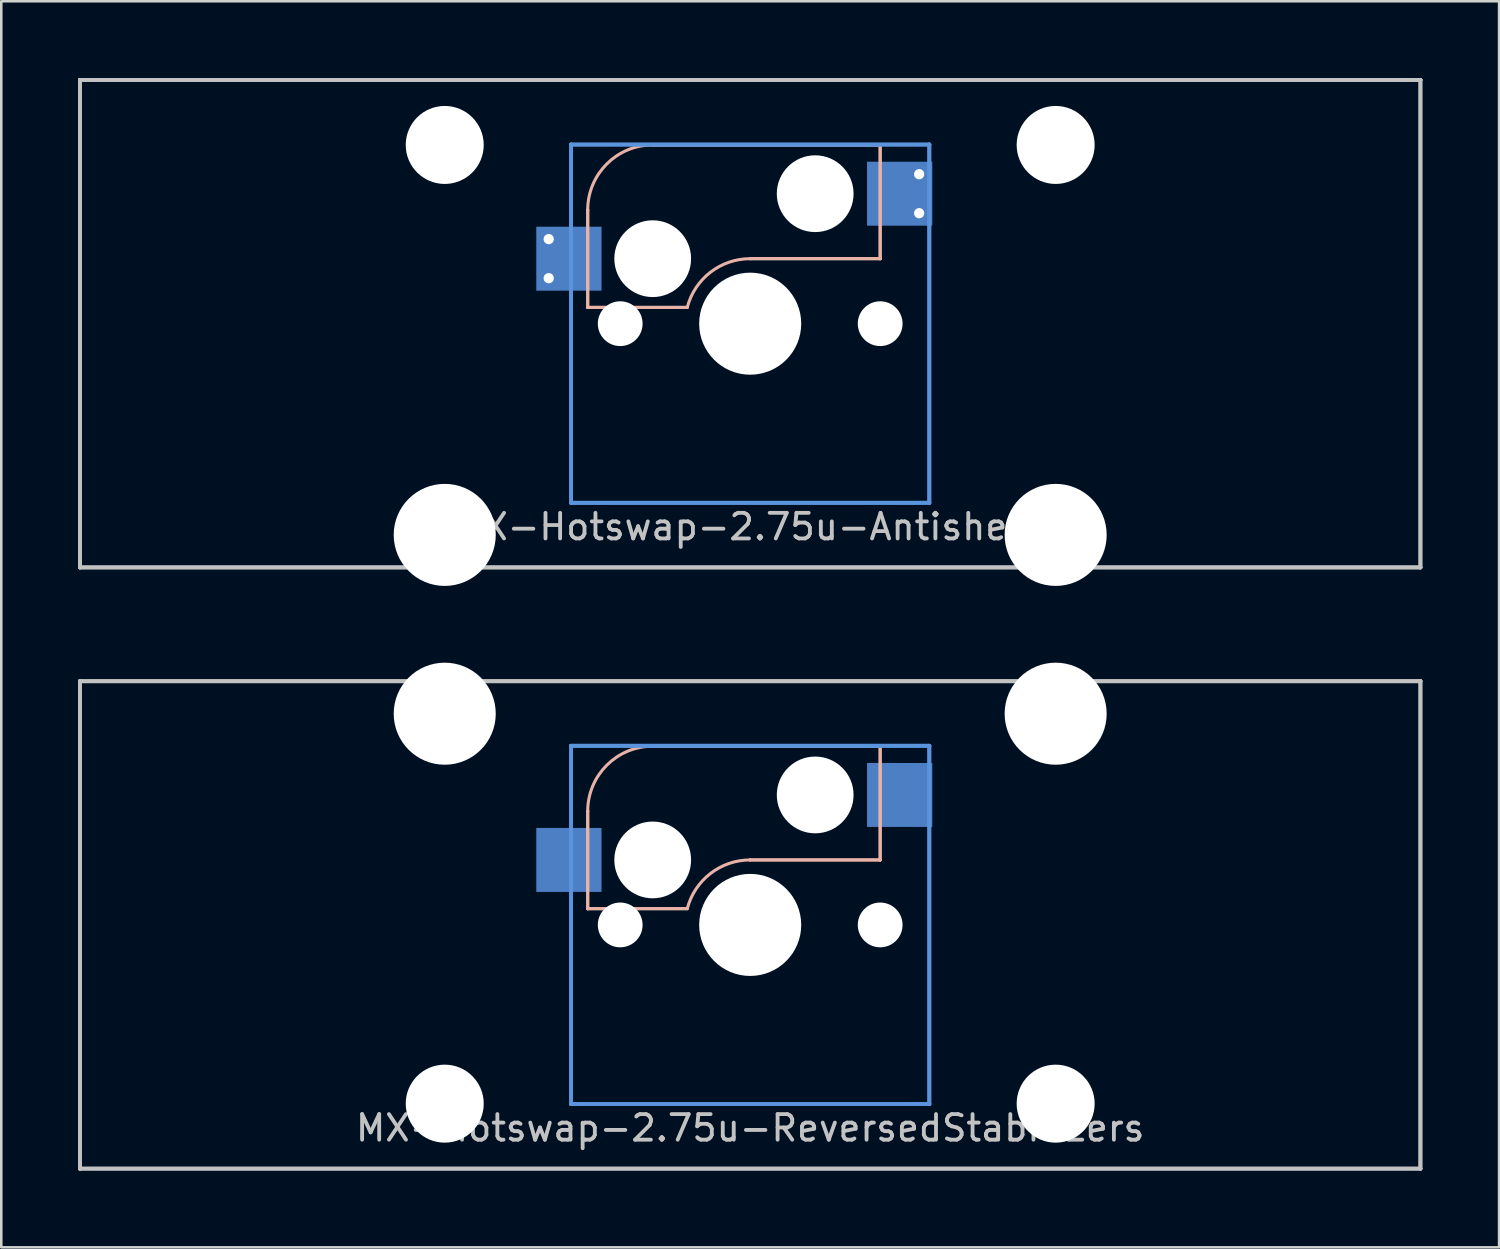
<source format=kicad_pcb>
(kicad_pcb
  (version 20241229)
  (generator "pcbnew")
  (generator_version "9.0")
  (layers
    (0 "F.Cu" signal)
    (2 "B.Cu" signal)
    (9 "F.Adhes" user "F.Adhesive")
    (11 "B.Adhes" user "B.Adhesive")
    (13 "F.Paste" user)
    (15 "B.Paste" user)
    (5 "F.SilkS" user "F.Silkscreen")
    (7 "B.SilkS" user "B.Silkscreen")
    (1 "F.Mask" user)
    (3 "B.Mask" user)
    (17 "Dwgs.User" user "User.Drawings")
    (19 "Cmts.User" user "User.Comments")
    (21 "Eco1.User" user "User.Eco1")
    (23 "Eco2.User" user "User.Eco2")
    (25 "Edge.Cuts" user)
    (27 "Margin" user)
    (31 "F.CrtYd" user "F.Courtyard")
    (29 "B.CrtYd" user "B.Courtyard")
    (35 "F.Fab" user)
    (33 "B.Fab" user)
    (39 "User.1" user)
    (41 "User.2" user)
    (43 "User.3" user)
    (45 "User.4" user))
  (footprint "MX-Hotswap-2.75u-ReversedStabilizers"
    (layer "F.Cu")
    (at 26.269 33.098)
    (property "Reference" "MX-Hotswap-2.75u-ReversedStabilizers" (at 0 7.938 0) (layer "Dwgs.User") (effects (font (size 1 1) (thickness 0.15))))
    (fp_line (start -6.35 -4.445) (end -6.35 -4.445) (stroke (width 0.12) (type solid)) (layer "B.SilkS"))
    (fp_line (start -6.35 -4.445) (end -6.35 -0.635) (stroke (width 0.12) (type solid)) (layer "B.SilkS"))
    (fp_line (start -6.35 -0.635) (end -6.35 -4.445) (stroke (width 0.12) (type solid)) (layer "B.SilkS"))
    (fp_line (start -6.35 -0.635) (end -6.35 -0.635) (stroke (width 0.12) (type solid)) (layer "B.SilkS"))
    (fp_line (start -6.35 -0.635) (end -6.35 -0.635) (stroke (width 0.12) (type solid)) (layer "B.SilkS"))
    (fp_line (start -6.35 -0.635) (end -2.464 -0.635) (stroke (width 0.12) (type solid)) (layer "B.SilkS"))
    (fp_line (start -3.81 -6.985) (end -3.81 -6.985) (stroke (width 0.12) (type solid)) (layer "B.SilkS"))
    (fp_line (start -3.81 -6.985) (end 5.08 -6.985) (stroke (width 0.12) (type solid)) (layer "B.SilkS"))
    (fp_line (start -2.464 -0.635) (end -6.35 -0.635) (stroke (width 0.12) (type solid)) (layer "B.SilkS"))
    (fp_line (start -2.464 -0.635) (end -2.464 -0.635) (stroke (width 0.12) (type solid)) (layer "B.SilkS"))
    (fp_line (start 0 -2.54) (end 0 -2.54) (stroke (width 0.12) (type solid)) (layer "B.SilkS"))
    (fp_line (start 0 -2.54) (end 5.08 -2.54) (stroke (width 0.12) (type solid)) (layer "B.SilkS"))
    (fp_line (start 5.08 -6.985) (end -3.81 -6.985) (stroke (width 0.12) (type solid)) (layer "B.SilkS"))
    (fp_line (start 5.08 -6.985) (end 5.08 -6.985) (stroke (width 0.12) (type solid)) (layer "B.SilkS"))
    (fp_line (start 5.08 -6.985) (end 5.08 -6.985) (stroke (width 0.12) (type solid)) (layer "B.SilkS"))
    (fp_line (start 5.08 -6.985) (end 5.08 -2.54) (stroke (width 0.12) (type solid)) (layer "B.SilkS"))
    (fp_line (start 5.08 -2.54) (end 0 -2.54) (stroke (width 0.12) (type solid)) (layer "B.SilkS"))
    (fp_line (start 5.08 -2.54) (end 5.08 -6.985) (stroke (width 0.12) (type solid)) (layer "B.SilkS"))
    (fp_line (start 5.08 -2.54) (end 5.08 -2.54) (stroke (width 0.12) (type solid)) (layer "B.SilkS"))
    (fp_line (start 5.08 -2.54) (end 5.08 -2.54) (stroke (width 0.12) (type solid)) (layer "B.SilkS"))
    (fp_arc (start -6.35 -4.445) (mid -5.606051 -6.241051) (end -3.81 -6.985) (stroke (width 0.12) (type solid)) (layer "B.SilkS"))
    (fp_arc (start -2.457981 -0.640256) (mid -1.553279 -2.009707) (end 0 -2.54) (stroke (width 0.12) (type solid)) (layer "B.SilkS"))
    (fp_line (start -26.194 -9.525) (end -26.194 -9.525) (stroke (width 0.15) (type solid)) (layer "Dwgs.User"))
    (fp_line (start -26.194 -9.525) (end -26.194 -9.525) (stroke (width 0.15) (type solid)) (layer "Dwgs.User"))
    (fp_line (start -26.194 -9.525) (end -26.194 9.525) (stroke (width 0.15) (type solid)) (layer "Dwgs.User"))
    (fp_line (start -26.194 -9.525) (end 26.194 -9.525) (stroke (width 0.15) (type solid)) (layer "Dwgs.User"))
    (fp_line (start -26.194 9.525) (end -26.194 -9.525) (stroke (width 0.15) (type solid)) (layer "Dwgs.User"))
    (fp_line (start -26.194 9.525) (end -26.194 9.525) (stroke (width 0.15) (type solid)) (layer "Dwgs.User"))
    (fp_line (start -26.194 9.525) (end -26.194 9.525) (stroke (width 0.15) (type solid)) (layer "Dwgs.User"))
    (fp_line (start -26.194 9.525) (end 26.194 9.525) (stroke (width 0.15) (type solid)) (layer "Dwgs.User"))
    (fp_line (start 26.194 -9.525) (end -26.194 -9.525) (stroke (width 0.15) (type solid)) (layer "Dwgs.User"))
    (fp_line (start 26.194 -9.525) (end 26.194 -9.525) (stroke (width 0.15) (type solid)) (layer "Dwgs.User"))
    (fp_line (start 26.194 -9.525) (end 26.194 -9.525) (stroke (width 0.15) (type solid)) (layer "Dwgs.User"))
    (fp_line (start 26.194 -9.525) (end 26.194 9.525) (stroke (width 0.15) (type solid)) (layer "Dwgs.User"))
    (fp_line (start 26.194 9.525) (end -26.194 9.525) (stroke (width 0.15) (type solid)) (layer "Dwgs.User"))
    (fp_line (start 26.194 9.525) (end 26.194 -9.525) (stroke (width 0.15) (type solid)) (layer "Dwgs.User"))
    (fp_line (start 26.194 9.525) (end 26.194 9.525) (stroke (width 0.15) (type solid)) (layer "Dwgs.User"))
    (fp_line (start 26.194 9.525) (end 26.194 9.525) (stroke (width 0.15) (type solid)) (layer "Dwgs.User"))
    (fp_line (start -7 -7) (end -7 -7) (stroke (width 0.15) (type solid)) (layer "Cmts.User"))
    (fp_line (start -7 -7) (end -7 -7) (stroke (width 0.15) (type solid)) (layer "Cmts.User"))
    (fp_line (start -7 -7) (end -7 7) (stroke (width 0.15) (type solid)) (layer "Cmts.User"))
    (fp_line (start -7 -7) (end 7 -7) (stroke (width 0.15) (type solid)) (layer "Cmts.User"))
    (fp_line (start -7 7) (end -7 -7) (stroke (width 0.15) (type solid)) (layer "Cmts.User"))
    (fp_line (start -7 7) (end -7 7) (stroke (width 0.15) (type solid)) (layer "Cmts.User"))
    (fp_line (start -7 7) (end -7 7) (stroke (width 0.15) (type solid)) (layer "Cmts.User"))
    (fp_line (start -7 7) (end 7 7) (stroke (width 0.15) (type solid)) (layer "Cmts.User"))
    (fp_line (start 7 -7) (end -7 -7) (stroke (width 0.15) (type solid)) (layer "Cmts.User"))
    (fp_line (start 7 -7) (end 7 -7) (stroke (width 0.15) (type solid)) (layer "Cmts.User"))
    (fp_line (start 7 -7) (end 7 -7) (stroke (width 0.15) (type solid)) (layer "Cmts.User"))
    (fp_line (start 7 -7) (end 7 7) (stroke (width 0.15) (type solid)) (layer "Cmts.User"))
    (fp_line (start 7 7) (end -7 7) (stroke (width 0.15) (type solid)) (layer "Cmts.User"))
    (fp_line (start 7 7) (end 7 -7) (stroke (width 0.15) (type solid)) (layer "Cmts.User"))
    (fp_line (start 7 7) (end 7 7) (stroke (width 0.15) (type solid)) (layer "Cmts.User"))
    (fp_line (start 7 7) (end 7 7) (stroke (width 0.15) (type solid)) (layer "Cmts.User"))
    (pad "" np_thru_hole circle (at -11.938 -8.255) (size 3.988 3.988) (drill 3.988) (layers "*.Cu" "*.Mask"))
    (pad "" np_thru_hole circle (at -11.938 6.985) (size 3.048 3.048) (drill 3.048) (layers "*.Cu" "*.Mask"))
    (pad "" np_thru_hole circle (at -5.08 0) (size 1.75 1.75) (drill 1.75) (layers "*.Cu" "*.Mask"))
    (pad "" np_thru_hole circle (at -3.81 -2.54) (size 3 3) (drill 3) (layers "*.Cu" "*.Mask"))
    (pad "" np_thru_hole circle (at 0 0) (size 3.988 3.988) (drill 3.988) (layers "*.Cu" "*.Mask"))
    (pad "" np_thru_hole circle (at 2.54 -5.08) (size 3 3) (drill 3) (layers "*.Cu" "*.Mask"))
    (pad "" np_thru_hole circle (at 5.08 0) (size 1.75 1.75) (drill 1.75) (layers "*.Cu" "*.Mask"))
    (pad "" np_thru_hole circle (at 11.938 -8.255) (size 3.988 3.988) (drill 3.988) (layers "*.Cu" "*.Mask"))
    (pad "" np_thru_hole circle (at 11.938 6.985) (size 3.048 3.048) (drill 3.048) (layers "*.Cu" "*.Mask"))
    (pad "1" smd rect (at -7.085 -2.54) (size 2.55 2.5) (layers "B.Cu" "B.Mask" "B.Paste"))
    (pad "2" smd rect (at 5.842 -5.08) (size 2.55 2.5) (layers "B.Cu" "B.Mask" "B.Paste")))
  (footprint "MX-Hotswap-2.75u-Antishear"
    (layer "F.Cu")
    (at 26.269 9.6)
    (property "Reference" "MX-Hotswap-2.75u-Antishear" (at 0 7.938 0) (layer "Dwgs.User") (effects (font (size 1 1) (thickness 0.15))))
    (attr through_hole)
    (fp_line (start -6.35 -4.445) (end -6.35 -4.445) (stroke (width 0.12) (type solid)) (layer "B.SilkS"))
    (fp_line (start -6.35 -4.445) (end -6.35 -0.635) (stroke (width 0.12) (type solid)) (layer "B.SilkS"))
    (fp_line (start -6.35 -0.635) (end -6.35 -4.445) (stroke (width 0.12) (type solid)) (layer "B.SilkS"))
    (fp_line (start -6.35 -0.635) (end -6.35 -0.635) (stroke (width 0.12) (type solid)) (layer "B.SilkS"))
    (fp_line (start -6.35 -0.635) (end -6.35 -0.635) (stroke (width 0.12) (type solid)) (layer "B.SilkS"))
    (fp_line (start -6.35 -0.635) (end -2.464 -0.635) (stroke (width 0.12) (type solid)) (layer "B.SilkS"))
    (fp_line (start -3.81 -6.985) (end -3.81 -6.985) (stroke (width 0.12) (type solid)) (layer "B.SilkS"))
    (fp_line (start -3.81 -6.985) (end 5.08 -6.985) (stroke (width 0.12) (type solid)) (layer "B.SilkS"))
    (fp_line (start -2.464 -0.635) (end -6.35 -0.635) (stroke (width 0.12) (type solid)) (layer "B.SilkS"))
    (fp_line (start -2.464 -0.635) (end -2.464 -0.635) (stroke (width 0.12) (type solid)) (layer "B.SilkS"))
    (fp_line (start 0 -2.54) (end 0 -2.54) (stroke (width 0.12) (type solid)) (layer "B.SilkS"))
    (fp_line (start 0 -2.54) (end 5.08 -2.54) (stroke (width 0.12) (type solid)) (layer "B.SilkS"))
    (fp_line (start 5.08 -6.985) (end -3.81 -6.985) (stroke (width 0.12) (type solid)) (layer "B.SilkS"))
    (fp_line (start 5.08 -6.985) (end 5.08 -6.985) (stroke (width 0.12) (type solid)) (layer "B.SilkS"))
    (fp_line (start 5.08 -6.985) (end 5.08 -6.985) (stroke (width 0.12) (type solid)) (layer "B.SilkS"))
    (fp_line (start 5.08 -6.985) (end 5.08 -2.54) (stroke (width 0.12) (type solid)) (layer "B.SilkS"))
    (fp_line (start 5.08 -2.54) (end 0 -2.54) (stroke (width 0.12) (type solid)) (layer "B.SilkS"))
    (fp_line (start 5.08 -2.54) (end 5.08 -6.985) (stroke (width 0.12) (type solid)) (layer "B.SilkS"))
    (fp_line (start 5.08 -2.54) (end 5.08 -2.54) (stroke (width 0.12) (type solid)) (layer "B.SilkS"))
    (fp_line (start 5.08 -2.54) (end 5.08 -2.54) (stroke (width 0.12) (type solid)) (layer "B.SilkS"))
    (fp_arc (start -6.35 -4.445) (mid -5.606051 -6.241051) (end -3.81 -6.985) (stroke (width 0.12) (type solid)) (layer "B.SilkS"))
    (fp_arc (start -2.457981 -0.640256) (mid -1.553279 -2.009707) (end 0 -2.54) (stroke (width 0.12) (type solid)) (layer "B.SilkS"))
    (fp_line (start -26.194 -9.525) (end -26.194 -9.525) (stroke (width 0.15) (type solid)) (layer "Dwgs.User"))
    (fp_line (start -26.194 -9.525) (end -26.194 -9.525) (stroke (width 0.15) (type solid)) (layer "Dwgs.User"))
    (fp_line (start -26.194 -9.525) (end -26.194 9.525) (stroke (width 0.15) (type solid)) (layer "Dwgs.User"))
    (fp_line (start -26.194 -9.525) (end 26.194 -9.525) (stroke (width 0.15) (type solid)) (layer "Dwgs.User"))
    (fp_line (start -26.194 9.525) (end -26.194 -9.525) (stroke (width 0.15) (type solid)) (layer "Dwgs.User"))
    (fp_line (start -26.194 9.525) (end -26.194 9.525) (stroke (width 0.15) (type solid)) (layer "Dwgs.User"))
    (fp_line (start -26.194 9.525) (end -26.194 9.525) (stroke (width 0.15) (type solid)) (layer "Dwgs.User"))
    (fp_line (start -26.194 9.525) (end 26.194 9.525) (stroke (width 0.15) (type solid)) (layer "Dwgs.User"))
    (fp_line (start 26.194 -9.525) (end -26.194 -9.525) (stroke (width 0.15) (type solid)) (layer "Dwgs.User"))
    (fp_line (start 26.194 -9.525) (end 26.194 -9.525) (stroke (width 0.15) (type solid)) (layer "Dwgs.User"))
    (fp_line (start 26.194 -9.525) (end 26.194 -9.525) (stroke (width 0.15) (type solid)) (layer "Dwgs.User"))
    (fp_line (start 26.194 -9.525) (end 26.194 9.525) (stroke (width 0.15) (type solid)) (layer "Dwgs.User"))
    (fp_line (start 26.194 9.525) (end -26.194 9.525) (stroke (width 0.15) (type solid)) (layer "Dwgs.User"))
    (fp_line (start 26.194 9.525) (end 26.194 -9.525) (stroke (width 0.15) (type solid)) (layer "Dwgs.User"))
    (fp_line (start 26.194 9.525) (end 26.194 9.525) (stroke (width 0.15) (type solid)) (layer "Dwgs.User"))
    (fp_line (start 26.194 9.525) (end 26.194 9.525) (stroke (width 0.15) (type solid)) (layer "Dwgs.User"))
    (fp_line (start -7 -7) (end -7 -7) (stroke (width 0.15) (type solid)) (layer "Cmts.User"))
    (fp_line (start -7 -7) (end -7 -7) (stroke (width 0.15) (type solid)) (layer "Cmts.User"))
    (fp_line (start -7 -7) (end -7 7) (stroke (width 0.15) (type solid)) (layer "Cmts.User"))
    (fp_line (start -7 -7) (end 7 -7) (stroke (width 0.15) (type solid)) (layer "Cmts.User"))
    (fp_line (start -7 7) (end -7 -7) (stroke (width 0.15) (type solid)) (layer "Cmts.User"))
    (fp_line (start -7 7) (end -7 7) (stroke (width 0.15) (type solid)) (layer "Cmts.User"))
    (fp_line (start -7 7) (end -7 7) (stroke (width 0.15) (type solid)) (layer "Cmts.User"))
    (fp_line (start -7 7) (end 7 7) (stroke (width 0.15) (type solid)) (layer "Cmts.User"))
    (fp_line (start 7 -7) (end -7 -7) (stroke (width 0.15) (type solid)) (layer "Cmts.User"))
    (fp_line (start 7 -7) (end 7 -7) (stroke (width 0.15) (type solid)) (layer "Cmts.User"))
    (fp_line (start 7 -7) (end 7 -7) (stroke (width 0.15) (type solid)) (layer "Cmts.User"))
    (fp_line (start 7 -7) (end 7 7) (stroke (width 0.15) (type solid)) (layer "Cmts.User"))
    (fp_line (start 7 7) (end -7 7) (stroke (width 0.15) (type solid)) (layer "Cmts.User"))
    (fp_line (start 7 7) (end 7 -7) (stroke (width 0.15) (type solid)) (layer "Cmts.User"))
    (fp_line (start 7 7) (end 7 7) (stroke (width 0.15) (type solid)) (layer "Cmts.User"))
    (fp_line (start 7 7) (end 7 7) (stroke (width 0.15) (type solid)) (layer "Cmts.User"))
    (pad "" np_thru_hole circle (at -11.938 -6.985) (size 3.048 3.048) (drill 3.048) (layers "*.Cu" "*.Mask"))
    (pad "" np_thru_hole circle (at -11.938 8.255) (size 3.988 3.988) (drill 3.988) (layers "*.Cu" "*.Mask"))
    (pad "" np_thru_hole circle (at -5.08 0) (size 1.75 1.75) (drill 1.75) (layers "*.Cu" "*.Mask"))
    (pad "" np_thru_hole circle (at -3.81 -2.54) (size 3 3) (drill 3) (layers "*.Cu" "*.Mask"))
    (pad "" np_thru_hole circle (at 0 0) (size 3.988 3.988) (drill 3.988) (layers "*.Cu" "*.Mask"))
    (pad "" np_thru_hole circle (at 2.54 -5.08) (size 3 3) (drill 3) (layers "*.Cu" "*.Mask"))
    (pad "" np_thru_hole circle (at 5.08 0) (size 1.75 1.75) (drill 1.75) (layers "*.Cu" "*.Mask"))
    (pad "" np_thru_hole circle (at 11.938 -6.985) (size 3.048 3.048) (drill 3.048) (layers "*.Cu" "*.Mask"))
    (pad "" np_thru_hole circle (at 11.938 8.255) (size 3.988 3.988) (drill 3.988) (layers "*.Cu" "*.Mask"))
    (pad "1" thru_hole circle (at -7.874 -3.305) (size 0.8 0.8) (drill 0.4) (layers "*.Cu" "*.Mask"))
    (pad "1" thru_hole circle (at -7.874 -1.778) (size 0.8 0.8) (drill 0.4) (layers "*.Cu" "*.Mask"))
    (pad "1" smd rect (at -7.085 -2.54) (size 2.55 2.5) (layers "B.Cu" "B.Mask" "B.Paste"))
    (pad "2" smd rect (at 5.842 -5.08) (size 2.55 2.5) (layers "B.Cu" "B.Mask" "B.Paste"))
    (pad "2" thru_hole circle (at 6.604 -5.842) (size 0.8 0.8) (drill 0.4) (layers "*.Cu" "*.Mask"))
    (pad "2" thru_hole circle (at 6.604 -4.318) (size 0.8 0.8) (drill 0.4) (layers "*.Cu" "*.Mask")))
  (gr_rect
    (start -3 -3)
    (end 55.538 45.698)
    (stroke (width 0.1) (type default))
    (fill no)
    (layer "Edge.Cuts")))
</source>
